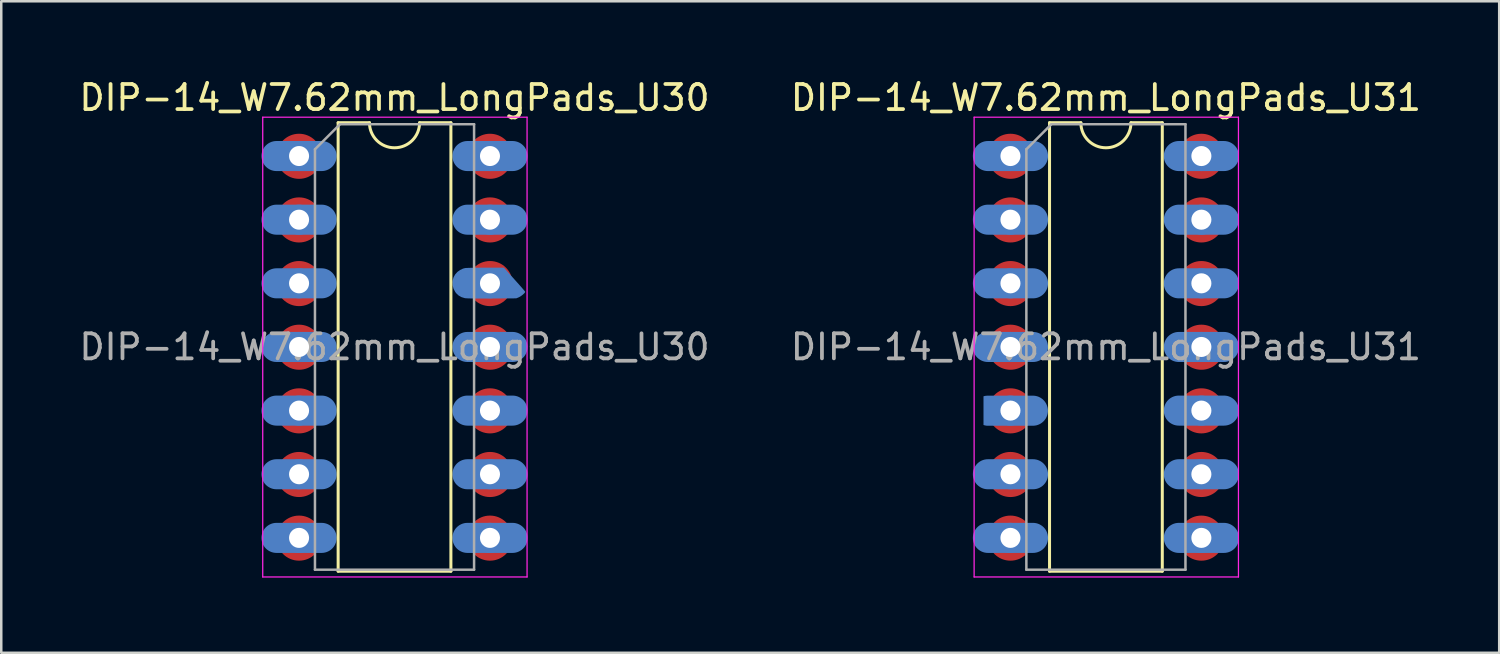
<source format=kicad_pcb>
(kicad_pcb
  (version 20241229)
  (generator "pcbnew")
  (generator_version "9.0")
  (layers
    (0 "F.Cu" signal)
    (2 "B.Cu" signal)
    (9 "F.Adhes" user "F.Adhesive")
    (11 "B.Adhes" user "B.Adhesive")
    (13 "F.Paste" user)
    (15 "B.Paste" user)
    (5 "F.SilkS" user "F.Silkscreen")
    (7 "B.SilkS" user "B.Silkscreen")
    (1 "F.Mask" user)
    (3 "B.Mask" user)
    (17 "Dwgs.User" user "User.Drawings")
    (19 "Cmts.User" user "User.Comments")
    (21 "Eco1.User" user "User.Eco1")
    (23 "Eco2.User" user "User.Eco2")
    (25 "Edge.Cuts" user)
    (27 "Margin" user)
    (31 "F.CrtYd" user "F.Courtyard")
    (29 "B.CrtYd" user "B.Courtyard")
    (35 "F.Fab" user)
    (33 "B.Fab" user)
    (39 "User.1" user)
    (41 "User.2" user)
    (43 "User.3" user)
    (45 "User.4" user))
  (footprint "DIP-14_W7.62mm_LongPads_U30"
    (layer "F.Cu")
    (at 8.886 3.178)
    (property "Reference" "DIP-14_W7.62mm_LongPads_U30" (at 3.81 -2.33 0) (layer "F.SilkS") (effects (font (size 1 1) (thickness 0.15))))
    (attr through_hole)
    (fp_line (start 1.56 -1.33) (end 1.56 16.57) (stroke (width 0.12) (type solid)) (layer "F.SilkS"))
    (fp_line (start 1.56 16.57) (end 6.06 16.57) (stroke (width 0.12) (type solid)) (layer "F.SilkS"))
    (fp_line (start 2.81 -1.33) (end 1.56 -1.33) (stroke (width 0.12) (type solid)) (layer "F.SilkS"))
    (fp_line (start 6.06 -1.33) (end 4.81 -1.33) (stroke (width 0.12) (type solid)) (layer "F.SilkS"))
    (fp_line (start 6.06 16.57) (end 6.06 -1.33) (stroke (width 0.12) (type solid)) (layer "F.SilkS"))
    (fp_arc (start 4.81 -1.33) (mid 3.81 -0.33) (end 2.81 -1.33) (stroke (width 0.12) (type solid)) (layer "F.SilkS"))
    (fp_line (start -1.45 -1.55) (end -1.45 16.8) (stroke (width 0.05) (type solid)) (layer "F.CrtYd"))
    (fp_line (start -1.45 16.8) (end 9.1 16.8) (stroke (width 0.05) (type solid)) (layer "F.CrtYd"))
    (fp_line (start 9.1 -1.55) (end -1.45 -1.55) (stroke (width 0.05) (type solid)) (layer "F.CrtYd"))
    (fp_line (start 9.1 16.8) (end 9.1 -1.55) (stroke (width 0.05) (type solid)) (layer "F.CrtYd"))
    (fp_line (start 0.635 -0.27) (end 1.635 -1.27) (stroke (width 0.1) (type solid)) (layer "F.Fab"))
    (fp_line (start 0.635 16.51) (end 0.635 -0.27) (stroke (width 0.1) (type solid)) (layer "F.Fab"))
    (fp_line (start 1.635 -1.27) (end 6.985 -1.27) (stroke (width 0.1) (type solid)) (layer "F.Fab"))
    (fp_line (start 6.985 -1.27) (end 6.985 16.51) (stroke (width 0.1) (type solid)) (layer "F.Fab"))
    (fp_line (start 6.985 16.51) (end 0.635 16.51) (stroke (width 0.1) (type solid)) (layer "F.Fab"))
    (fp_text user "${REFERENCE}" (at 3.81 7.62 0) (layer "F.Fab") (effects (font (size 1 1) (thickness 0.15))))
    (pad "1" thru_hole circle (at 0 0) (size 1.2 1.2) (drill 0.8) (layers "*.Cu" "*.Mask"))
    (pad "1" smd oval (at 0 0) (size 3 1.2) (layers "B.Cu" "B.Mask"))
    (pad "1" smd circle (at 0 0.01) (size 1.8 1.8) (layers "F.Cu" "F.Mask"))
    (pad "2" thru_hole circle (at 0 2.54) (size 1.2 1.2) (drill 0.8) (layers "*.Cu" "*.Mask"))
    (pad "2" smd oval (at 0 2.54) (size 3 1.2) (layers "B.Cu" "B.Mask"))
    (pad "2" smd circle (at 0 2.55) (size 1.8 1.8) (layers "F.Cu" "F.Mask"))
    (pad "3" thru_hole circle (at 0 5.08) (size 1.2 1.2) (drill 0.8) (layers "*.Cu" "*.Mask"))
    (pad "3" smd oval (at 0 5.08) (size 3 1.2) (layers "B.Cu" "B.Mask"))
    (pad "3" smd circle (at 0 5.09) (size 1.8 1.8) (layers "F.Cu" "F.Mask"))
    (pad "4" thru_hole circle (at 0 7.62) (size 1.2 1.2) (drill 0.8) (layers "*.Cu" "*.Mask"))
    (pad "4" smd oval (at 0 7.62) (size 3 1.2) (layers "B.Cu" "B.Mask"))
    (pad "4" smd circle (at 0 7.63) (size 1.8 1.8) (layers "F.Cu" "F.Mask"))
    (pad "5" thru_hole circle (at 0 10.16) (size 1.2 1.2) (drill 0.8) (layers "*.Cu" "*.Mask"))
    (pad "5" smd oval (at 0 10.16) (size 3 1.2) (layers "B.Cu" "B.Mask"))
    (pad "5" smd circle (at 0 10.17) (size 1.8 1.8) (layers "F.Cu" "F.Mask"))
    (pad "6" thru_hole circle (at 0 12.7) (size 1.2 1.2) (drill 0.8) (layers "*.Cu" "*.Mask"))
    (pad "6" smd oval (at 0 12.7) (size 3 1.2) (layers "B.Cu" "B.Mask"))
    (pad "6" smd circle (at 0 12.71) (size 1.8 1.8) (layers "F.Cu" "F.Mask"))
    (pad "7" thru_hole circle (at 0 15.24) (size 1.2 1.2) (drill 0.8) (layers "*.Cu" "*.Mask"))
    (pad "7" smd oval (at 0 15.24) (size 3 1.2) (layers "B.Cu" "B.Mask"))
    (pad "7" smd circle (at 0 15.25) (size 1.8 1.8) (layers "F.Cu" "F.Mask"))
    (pad "8" thru_hole circle (at 7.62 15.24) (size 1.2 1.2) (drill 0.8) (layers "*.Cu" "*.Mask"))
    (pad "8" smd oval (at 7.62 15.24) (size 3 1.2) (layers "B.Cu" "B.Mask"))
    (pad "8" smd circle (at 7.62 15.25) (size 1.8 1.8) (layers "F.Cu" "F.Mask"))
    (pad "9" thru_hole circle (at 7.62 12.7) (size 1.2 1.2) (drill 0.8) (layers "*.Cu" "*.Mask"))
    (pad "9" smd oval (at 7.62 12.7) (size 3 1.2) (layers "B.Cu" "B.Mask"))
    (pad "9" smd circle (at 7.62 12.71) (size 1.8 1.8) (layers "F.Cu" "F.Mask"))
    (pad "10" thru_hole circle (at 7.62 10.16) (size 1.2 1.2) (drill 0.8) (layers "*.Cu" "*.Mask"))
    (pad "10" smd oval (at 7.62 10.16) (size 3 1.2) (layers "B.Cu" "B.Mask"))
    (pad "10" smd circle (at 7.62 10.17) (size 1.8 1.8) (layers "F.Cu" "F.Mask"))
    (pad "11" thru_hole circle (at 7.62 7.62) (size 1.2 1.2) (drill 0.8) (layers "*.Cu" "*.Mask"))
    (pad "11" smd oval (at 7.62 7.62) (size 3 1.2) (layers "B.Cu" "B.Mask"))
    (pad "11" smd circle (at 7.62 7.63) (size 1.8 1.8) (layers "F.Cu" "F.Mask"))
    (pad "12" thru_hole circle (at 7.62 5.08) (size 1.2 1.2) (drill 0.8) (layers "*.Cu" "*.Mask"))
    (pad "12" smd custom (at 7.62 5.08) (size 1.2 1.2) (layers "B.Cu" "B.Mask") (options (anchor circle)) (primitives (gr_poly (pts (xy 1.391 0.363) (xy 1.361 0.399) (xy 1.316 0.441) (xy 1.262 0.484) (xy 1.205 0.523) (xy 1.151 0.552) (xy 1.138 0.558) (xy 1.046 0.595) (xy 0.07 0.6) (xy -0.16 0.601) (xy -0.359 0.601) (xy -0.529 0.601) (xy -0.672 0.6) (xy -0.787 0.598) (xy -0.878 0.596) (xy -0.945 0.592) (xy -0.989 0.589) (xy -1.001 0.587) (xy -1.135 0.547) (xy -1.248 0.483) (xy -1.342 0.395) (xy -1.381 0.344) (xy -1.448 0.22) (xy -1.486 0.087) (xy -1.493 -0.05) (xy -1.485 -0.117) (xy -1.449 -0.24) (xy -1.385 -0.353) (xy -1.298 -0.45) (xy -1.193 -0.528) (xy -1.073 -0.583) (xy -0.995 -0.603) (xy -0.96 -0.607) (xy -0.895 -0.61) (xy -0.805 -0.613) (xy -0.691 -0.615) (xy -0.558 -0.617) (xy -0.408 -0.619) (xy -0.244 -0.619) (xy -0.178 -0.619) (xy 0.554 -0.619) (xy 0.975 -0.151) (xy 1.067 -0.048) (xy 1.153 0.048) (xy 1.23 0.135) (xy 1.295 0.21) (xy 1.347 0.271) (xy 1.382 0.313) (xy 1.399 0.336) (xy 1.4 0.338) (xy 1.391 0.363)) (width 0.01) (fill yes))))
    (pad "12" smd circle (at 7.62 5.09) (size 1.8 1.8) (layers "F.Cu" "F.Mask"))
    (pad "13" thru_hole circle (at 7.62 2.54) (size 1.2 1.2) (drill 0.8) (layers "*.Cu" "*.Mask"))
    (pad "13" smd oval (at 7.62 2.54) (size 3 1.2) (layers "B.Cu" "B.Mask"))
    (pad "13" smd circle (at 7.62 2.55) (size 1.8 1.8) (layers "F.Cu" "F.Mask"))
    (pad "14" thru_hole circle (at 7.62 0) (size 1.2 1.2) (drill 0.8) (layers "*.Cu" "*.Mask"))
    (pad "14" smd oval (at 7.62 0) (size 3 1.2) (layers "B.Cu" "B.Mask"))
    (pad "14" smd circle (at 7.62 0.01) (size 1.8 1.8) (layers "F.Cu" "F.Mask")))
  (footprint "DIP-14_W7.62mm_LongPads_U31"
    (layer "F.Cu")
    (at 37.279 3.178)
    (property "Reference" "DIP-14_W7.62mm_LongPads_U31" (at 3.81 -2.33 0) (layer "F.SilkS") (effects (font (size 1 1) (thickness 0.15))))
    (attr through_hole)
    (fp_line (start 1.56 -1.33) (end 1.56 16.57) (stroke (width 0.12) (type solid)) (layer "F.SilkS"))
    (fp_line (start 1.56 16.57) (end 6.06 16.57) (stroke (width 0.12) (type solid)) (layer "F.SilkS"))
    (fp_line (start 2.81 -1.33) (end 1.56 -1.33) (stroke (width 0.12) (type solid)) (layer "F.SilkS"))
    (fp_line (start 6.06 -1.33) (end 4.81 -1.33) (stroke (width 0.12) (type solid)) (layer "F.SilkS"))
    (fp_line (start 6.06 16.57) (end 6.06 -1.33) (stroke (width 0.12) (type solid)) (layer "F.SilkS"))
    (fp_arc (start 4.81 -1.33) (mid 3.81 -0.33) (end 2.81 -1.33) (stroke (width 0.12) (type solid)) (layer "F.SilkS"))
    (fp_line (start -1.45 -1.55) (end -1.45 16.8) (stroke (width 0.05) (type solid)) (layer "F.CrtYd"))
    (fp_line (start -1.45 16.8) (end 9.1 16.8) (stroke (width 0.05) (type solid)) (layer "F.CrtYd"))
    (fp_line (start 9.1 -1.55) (end -1.45 -1.55) (stroke (width 0.05) (type solid)) (layer "F.CrtYd"))
    (fp_line (start 9.1 16.8) (end 9.1 -1.55) (stroke (width 0.05) (type solid)) (layer "F.CrtYd"))
    (fp_line (start 0.635 -0.27) (end 1.635 -1.27) (stroke (width 0.1) (type solid)) (layer "F.Fab"))
    (fp_line (start 0.635 16.51) (end 0.635 -0.27) (stroke (width 0.1) (type solid)) (layer "F.Fab"))
    (fp_line (start 1.635 -1.27) (end 6.985 -1.27) (stroke (width 0.1) (type solid)) (layer "F.Fab"))
    (fp_line (start 6.985 -1.27) (end 6.985 16.51) (stroke (width 0.1) (type solid)) (layer "F.Fab"))
    (fp_line (start 6.985 16.51) (end 0.635 16.51) (stroke (width 0.1) (type solid)) (layer "F.Fab"))
    (fp_text user "${REFERENCE}" (at 3.81 7.62 0) (layer "F.Fab") (effects (font (size 1 1) (thickness 0.15))))
    (pad "1" thru_hole circle (at 0 0) (size 1.2 1.2) (drill 0.8) (layers "*.Cu" "*.Mask"))
    (pad "1" smd oval (at 0 0) (size 3 1.2) (layers "B.Cu" "B.Mask"))
    (pad "1" smd circle (at 0 0.01) (size 1.8 1.8) (layers "F.Cu" "F.Mask"))
    (pad "2" thru_hole circle (at 0 2.54) (size 1.2 1.2) (drill 0.8) (layers "*.Cu" "*.Mask"))
    (pad "2" smd oval (at 0 2.54) (size 3 1.2) (layers "B.Cu" "B.Mask"))
    (pad "2" smd circle (at 0 2.55) (size 1.8 1.8) (layers "F.Cu" "F.Mask"))
    (pad "3" thru_hole circle (at 0 5.08) (size 1.2 1.2) (drill 0.8) (layers "*.Cu" "*.Mask"))
    (pad "3" smd oval (at 0 5.08) (size 3 1.2) (layers "B.Cu" "B.Mask"))
    (pad "3" smd circle (at 0 5.09) (size 1.8 1.8) (layers "F.Cu" "F.Mask"))
    (pad "4" thru_hole circle (at 0 7.62) (size 1.2 1.2) (drill 0.8) (layers "*.Cu" "*.Mask"))
    (pad "4" smd oval (at 0 7.62) (size 3 1.2) (layers "B.Cu" "B.Mask"))
    (pad "4" smd circle (at 0 7.63) (size 1.8 1.8) (layers "F.Cu" "F.Mask"))
    (pad "5" thru_hole circle (at 0 10.16) (size 1.2 1.2) (drill 0.8) (layers "*.Cu" "*.Mask"))
    (pad "5" smd custom (at 0 10.16) (size 1.2 1.2) (layers "B.Cu" "B.Mask") (options (anchor circle)) (primitives (gr_poly (pts (xy -1.058 -0.576) (xy -1.039 -0.581) (xy -1.019 -0.585) (xy -0.998 -0.589) (xy -0.976 -0.592) (xy -0.954 -0.594) (xy -0.93 -0.595) (xy -0.918 -0.596) (xy -0.906 -0.596) (xy 0.895 -0.596) (xy 0.927 -0.595) (xy 0.958 -0.593) (xy 0.989 -0.589) (xy 1.019 -0.583) (xy 1.049 -0.576) (xy 1.078 -0.568) (xy 1.106 -0.558) (xy 1.134 -0.547) (xy 1.16 -0.534) (xy 1.186 -0.521) (xy 1.211 -0.506) (xy 1.236 -0.49) (xy 1.259 -0.473) (xy 1.282 -0.455) (xy 1.303 -0.435) (xy 1.324 -0.415) (xy 1.343 -0.394) (xy 1.362 -0.372) (xy 1.379 -0.349) (xy 1.395 -0.326) (xy 1.411 -0.301) (xy 1.425 -0.276) (xy 1.437 -0.25) (xy 1.449 -0.224) (xy 1.459 -0.197) (xy 1.468 -0.169) (xy 1.476 -0.141) (xy 1.483 -0.113) (xy 1.488 -0.084) (xy 1.491 -0.055) (xy 1.494 -0.026) (xy 1.494 0.004) (xy 1.494 0.036) (xy 1.491 0.066) (xy 1.487 0.097) (xy 1.482 0.127) (xy 1.475 0.156) (xy 1.467 0.185) (xy 1.457 0.213) (xy 1.446 0.24) (xy 1.434 0.267) (xy 1.421 0.293) (xy 1.406 0.318) (xy 1.39 0.342) (xy 1.373 0.366) (xy 1.355 0.388) (xy 1.336 0.41) (xy 1.316 0.431) (xy 1.295 0.45) (xy 1.273 0.469) (xy 1.251 0.487) (xy 1.227 0.503) (xy 1.203 0.519) (xy 1.178 0.533) (xy 1.152 0.546) (xy 1.125 0.558) (xy 1.098 0.568) (xy 1.071 0.578) (xy 1.043 0.586) (xy 1.014 0.592) (xy 0.985 0.597) (xy 0.955 0.601) (xy 0.925 0.603) (xy 0.895 0.604) (xy -0.906 0.604) (xy -0.918 0.604) (xy -0.929 0.604) (xy -0.941 0.603) (xy -0.952 0.602) (xy -0.963 0.601) (xy -0.974 0.599) (xy -0.985 0.597) (xy -0.996 0.595) (xy -1.007 0.593) (xy -1.017 0.591) (xy -1.037 0.586) (xy -1.057 0.58) (xy -1.076 0.574) (xy -1.076 -0.571)) (width 0) (fill yes))))
    (pad "5" smd circle (at 0 10.17) (size 1.8 1.8) (layers "F.Cu" "F.Mask"))
    (pad "6" thru_hole circle (at 0 12.7) (size 1.2 1.2) (drill 0.8) (layers "*.Cu" "*.Mask"))
    (pad "6" smd oval (at 0 12.7) (size 3 1.2) (layers "B.Cu" "B.Mask"))
    (pad "6" smd circle (at 0 12.71) (size 1.8 1.8) (layers "F.Cu" "F.Mask"))
    (pad "7" thru_hole circle (at 0 15.24) (size 1.2 1.2) (drill 0.8) (layers "*.Cu" "*.Mask"))
    (pad "7" smd oval (at 0 15.24) (size 3 1.2) (layers "B.Cu" "B.Mask"))
    (pad "7" smd circle (at 0 15.25) (size 1.8 1.8) (layers "F.Cu" "F.Mask"))
    (pad "8" thru_hole circle (at 7.62 15.24) (size 1.2 1.2) (drill 0.8) (layers "*.Cu" "*.Mask"))
    (pad "8" smd oval (at 7.62 15.24) (size 3 1.2) (layers "B.Cu" "B.Mask"))
    (pad "8" smd circle (at 7.62 15.25) (size 1.8 1.8) (layers "F.Cu" "F.Mask"))
    (pad "9" thru_hole circle (at 7.62 12.7) (size 1.2 1.2) (drill 0.8) (layers "*.Cu" "*.Mask"))
    (pad "9" smd oval (at 7.62 12.7) (size 3 1.2) (layers "B.Cu" "B.Mask"))
    (pad "9" smd circle (at 7.62 12.71) (size 1.8 1.8) (layers "F.Cu" "F.Mask"))
    (pad "10" thru_hole circle (at 7.62 10.16) (size 1.2 1.2) (drill 0.8) (layers "*.Cu" "*.Mask"))
    (pad "10" smd oval (at 7.62 10.16) (size 3 1.2) (layers "B.Cu" "B.Mask"))
    (pad "10" smd circle (at 7.62 10.17) (size 1.8 1.8) (layers "F.Cu" "F.Mask"))
    (pad "11" thru_hole circle (at 7.62 7.62) (size 1.2 1.2) (drill 0.8) (layers "*.Cu" "*.Mask"))
    (pad "11" smd oval (at 7.62 7.62) (size 3 1.2) (layers "B.Cu" "B.Mask"))
    (pad "11" smd circle (at 7.62 7.63) (size 1.8 1.8) (layers "F.Cu" "F.Mask"))
    (pad "12" thru_hole circle (at 7.62 5.08) (size 1.2 1.2) (drill 0.8) (layers "*.Cu" "*.Mask"))
    (pad "12" smd oval (at 7.62 5.08) (size 3 1.2) (layers "B.Cu" "B.Mask"))
    (pad "12" smd circle (at 7.62 5.09) (size 1.8 1.8) (layers "F.Cu" "F.Mask"))
    (pad "13" thru_hole circle (at 7.62 2.54) (size 1.2 1.2) (drill 0.8) (layers "*.Cu" "*.Mask"))
    (pad "13" smd oval (at 7.62 2.54) (size 3 1.2) (layers "B.Cu" "B.Mask"))
    (pad "13" smd circle (at 7.62 2.55) (size 1.8 1.8) (layers "F.Cu" "F.Mask"))
    (pad "14" thru_hole circle (at 7.62 0) (size 1.2 1.2) (drill 0.8) (layers "*.Cu" "*.Mask"))
    (pad "14" smd oval (at 7.62 0) (size 3 1.2) (layers "B.Cu" "B.Mask"))
    (pad "14" smd circle (at 7.62 0.01) (size 1.8 1.8) (layers "F.Cu" "F.Mask")))
  (gr_rect
    (start -3 -3)
    (end 56.786 23.003)
    (stroke (width 0.1) (type default))
    (fill no)
    (layer "Edge.Cuts")))
</source>
